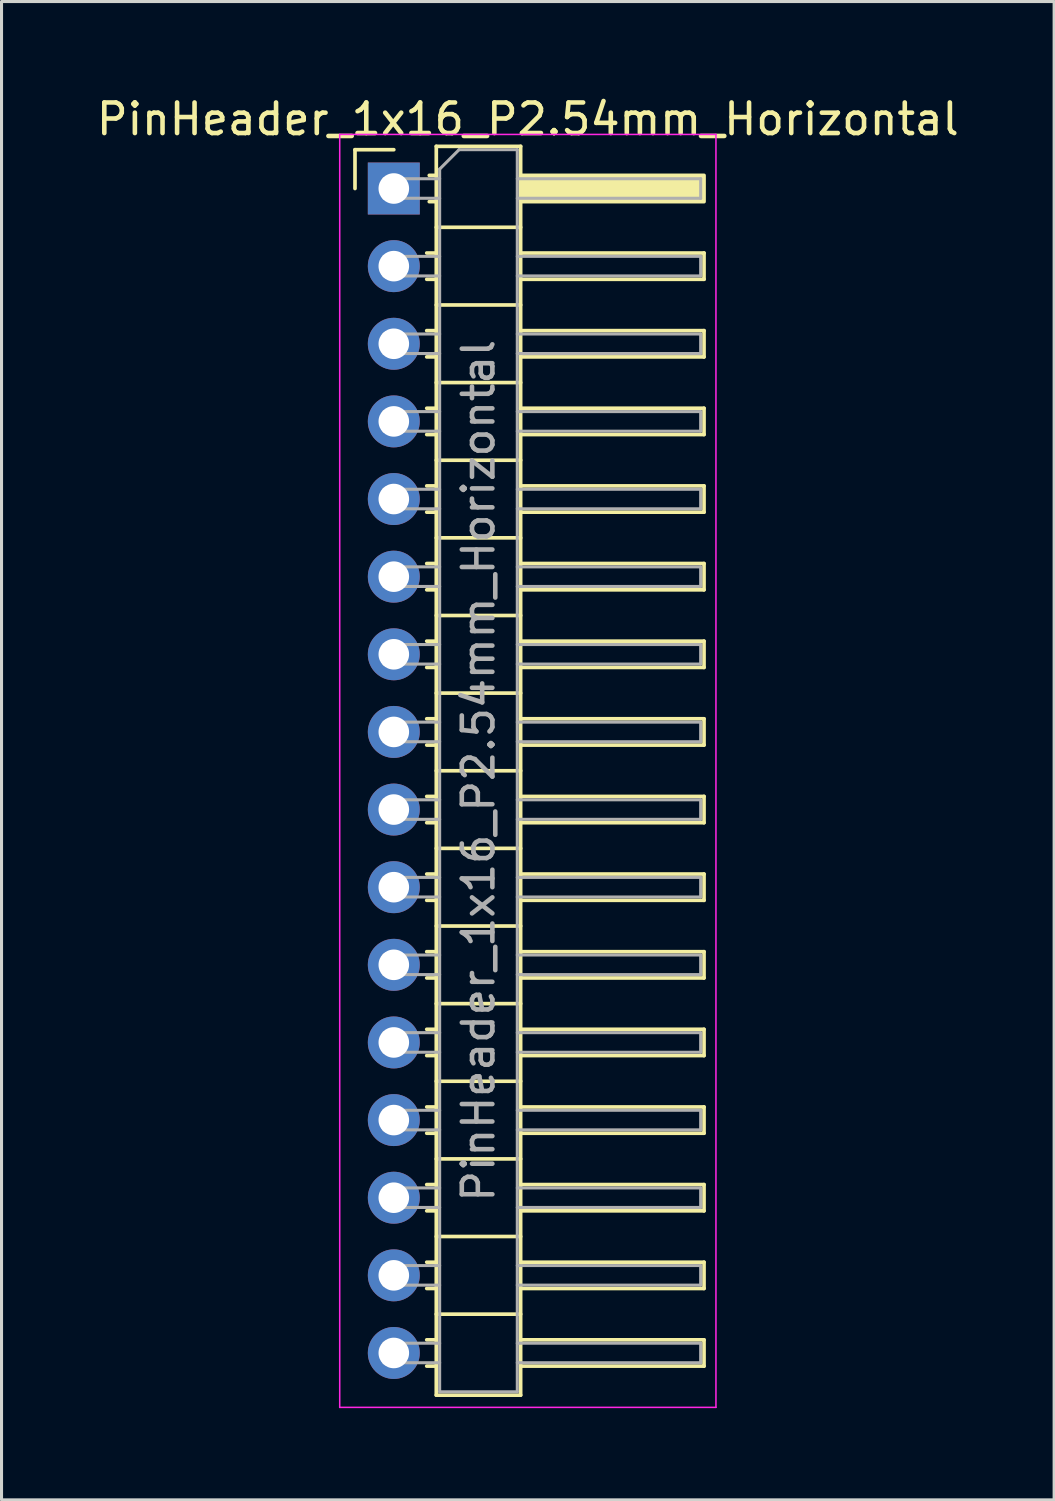
<source format=kicad_pcb>
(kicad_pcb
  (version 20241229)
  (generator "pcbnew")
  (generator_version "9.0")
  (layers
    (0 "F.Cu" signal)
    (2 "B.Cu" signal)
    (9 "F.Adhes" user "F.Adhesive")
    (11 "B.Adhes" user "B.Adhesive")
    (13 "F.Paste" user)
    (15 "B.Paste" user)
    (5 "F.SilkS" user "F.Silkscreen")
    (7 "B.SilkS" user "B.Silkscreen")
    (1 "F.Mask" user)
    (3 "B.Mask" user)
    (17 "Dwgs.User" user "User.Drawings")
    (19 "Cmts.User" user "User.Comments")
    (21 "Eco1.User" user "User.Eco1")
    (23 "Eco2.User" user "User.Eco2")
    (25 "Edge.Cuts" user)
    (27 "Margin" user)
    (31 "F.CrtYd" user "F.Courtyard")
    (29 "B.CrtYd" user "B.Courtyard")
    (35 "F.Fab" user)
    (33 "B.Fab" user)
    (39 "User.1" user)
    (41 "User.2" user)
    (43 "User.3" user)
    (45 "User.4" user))
  (footprint "PinHeader_1x16_P2.54mm_Horizontal"
    (layer "F.Cu")
    (at 9.835 3.118)
    (property "Reference" "PinHeader_1x16_P2.54mm_Horizontal" (at 4.385 -2.27 0) (layer "F.SilkS") (effects (font (size 1 1) (thickness 0.15))))
    (attr through_hole)
    (fp_line (start -1.27 -1.27) (end 0 -1.27) (stroke (width 0.12) (type solid)) (layer "F.SilkS"))
    (fp_line (start -1.27 0) (end -1.27 -1.27) (stroke (width 0.12) (type solid)) (layer "F.SilkS"))
    (fp_line (start 1.077 2.11) (end 1.39 2.11) (stroke (width 0.12) (type solid)) (layer "F.SilkS"))
    (fp_line (start 1.077 2.97) (end 1.39 2.97) (stroke (width 0.12) (type solid)) (layer "F.SilkS"))
    (fp_line (start 1.077 4.65) (end 1.39 4.65) (stroke (width 0.12) (type solid)) (layer "F.SilkS"))
    (fp_line (start 1.077 5.51) (end 1.39 5.51) (stroke (width 0.12) (type solid)) (layer "F.SilkS"))
    (fp_line (start 1.077 7.19) (end 1.39 7.19) (stroke (width 0.12) (type solid)) (layer "F.SilkS"))
    (fp_line (start 1.077 8.05) (end 1.39 8.05) (stroke (width 0.12) (type solid)) (layer "F.SilkS"))
    (fp_line (start 1.077 9.73) (end 1.39 9.73) (stroke (width 0.12) (type solid)) (layer "F.SilkS"))
    (fp_line (start 1.077 10.59) (end 1.39 10.59) (stroke (width 0.12) (type solid)) (layer "F.SilkS"))
    (fp_line (start 1.077 12.27) (end 1.39 12.27) (stroke (width 0.12) (type solid)) (layer "F.SilkS"))
    (fp_line (start 1.077 13.13) (end 1.39 13.13) (stroke (width 0.12) (type solid)) (layer "F.SilkS"))
    (fp_line (start 1.077 14.81) (end 1.39 14.81) (stroke (width 0.12) (type solid)) (layer "F.SilkS"))
    (fp_line (start 1.077 15.67) (end 1.39 15.67) (stroke (width 0.12) (type solid)) (layer "F.SilkS"))
    (fp_line (start 1.077 17.35) (end 1.39 17.35) (stroke (width 0.12) (type solid)) (layer "F.SilkS"))
    (fp_line (start 1.077 18.21) (end 1.39 18.21) (stroke (width 0.12) (type solid)) (layer "F.SilkS"))
    (fp_line (start 1.077 19.89) (end 1.39 19.89) (stroke (width 0.12) (type solid)) (layer "F.SilkS"))
    (fp_line (start 1.077 20.75) (end 1.39 20.75) (stroke (width 0.12) (type solid)) (layer "F.SilkS"))
    (fp_line (start 1.077 22.43) (end 1.39 22.43) (stroke (width 0.12) (type solid)) (layer "F.SilkS"))
    (fp_line (start 1.077 23.29) (end 1.39 23.29) (stroke (width 0.12) (type solid)) (layer "F.SilkS"))
    (fp_line (start 1.077 24.97) (end 1.39 24.97) (stroke (width 0.12) (type solid)) (layer "F.SilkS"))
    (fp_line (start 1.077 25.83) (end 1.39 25.83) (stroke (width 0.12) (type solid)) (layer "F.SilkS"))
    (fp_line (start 1.077 27.51) (end 1.39 27.51) (stroke (width 0.12) (type solid)) (layer "F.SilkS"))
    (fp_line (start 1.077 28.37) (end 1.39 28.37) (stroke (width 0.12) (type solid)) (layer "F.SilkS"))
    (fp_line (start 1.077 30.05) (end 1.39 30.05) (stroke (width 0.12) (type solid)) (layer "F.SilkS"))
    (fp_line (start 1.077 30.91) (end 1.39 30.91) (stroke (width 0.12) (type solid)) (layer "F.SilkS"))
    (fp_line (start 1.077 32.59) (end 1.39 32.59) (stroke (width 0.12) (type solid)) (layer "F.SilkS"))
    (fp_line (start 1.077 33.45) (end 1.39 33.45) (stroke (width 0.12) (type solid)) (layer "F.SilkS"))
    (fp_line (start 1.077 35.13) (end 1.39 35.13) (stroke (width 0.12) (type solid)) (layer "F.SilkS"))
    (fp_line (start 1.077 35.99) (end 1.39 35.99) (stroke (width 0.12) (type solid)) (layer "F.SilkS"))
    (fp_line (start 1.077 37.67) (end 1.39 37.67) (stroke (width 0.12) (type solid)) (layer "F.SilkS"))
    (fp_line (start 1.077 38.53) (end 1.39 38.53) (stroke (width 0.12) (type solid)) (layer "F.SilkS"))
    (fp_line (start 1.16 -0.43) (end 1.39 -0.43) (stroke (width 0.12) (type solid)) (layer "F.SilkS"))
    (fp_line (start 1.16 0.43) (end 1.39 0.43) (stroke (width 0.12) (type solid)) (layer "F.SilkS"))
    (fp_line (start 1.39 -1.38) (end 1.39 39.48) (stroke (width 0.12) (type solid)) (layer "F.SilkS"))
    (fp_line (start 1.39 1.27) (end 4.15 1.27) (stroke (width 0.12) (type solid)) (layer "F.SilkS"))
    (fp_line (start 1.39 3.81) (end 4.15 3.81) (stroke (width 0.12) (type solid)) (layer "F.SilkS"))
    (fp_line (start 1.39 6.35) (end 4.15 6.35) (stroke (width 0.12) (type solid)) (layer "F.SilkS"))
    (fp_line (start 1.39 8.89) (end 4.15 8.89) (stroke (width 0.12) (type solid)) (layer "F.SilkS"))
    (fp_line (start 1.39 11.43) (end 4.15 11.43) (stroke (width 0.12) (type solid)) (layer "F.SilkS"))
    (fp_line (start 1.39 13.97) (end 4.15 13.97) (stroke (width 0.12) (type solid)) (layer "F.SilkS"))
    (fp_line (start 1.39 16.51) (end 4.15 16.51) (stroke (width 0.12) (type solid)) (layer "F.SilkS"))
    (fp_line (start 1.39 19.05) (end 4.15 19.05) (stroke (width 0.12) (type solid)) (layer "F.SilkS"))
    (fp_line (start 1.39 21.59) (end 4.15 21.59) (stroke (width 0.12) (type solid)) (layer "F.SilkS"))
    (fp_line (start 1.39 24.13) (end 4.15 24.13) (stroke (width 0.12) (type solid)) (layer "F.SilkS"))
    (fp_line (start 1.39 26.67) (end 4.15 26.67) (stroke (width 0.12) (type solid)) (layer "F.SilkS"))
    (fp_line (start 1.39 29.21) (end 4.15 29.21) (stroke (width 0.12) (type solid)) (layer "F.SilkS"))
    (fp_line (start 1.39 31.75) (end 4.15 31.75) (stroke (width 0.12) (type solid)) (layer "F.SilkS"))
    (fp_line (start 1.39 34.29) (end 4.15 34.29) (stroke (width 0.12) (type solid)) (layer "F.SilkS"))
    (fp_line (start 1.39 36.83) (end 4.15 36.83) (stroke (width 0.12) (type solid)) (layer "F.SilkS"))
    (fp_line (start 1.39 39.48) (end 4.15 39.48) (stroke (width 0.12) (type solid)) (layer "F.SilkS"))
    (fp_line (start 4.15 -1.38) (end 1.39 -1.38) (stroke (width 0.12) (type solid)) (layer "F.SilkS"))
    (fp_line (start 4.15 2.11) (end 10.15 2.11) (stroke (width 0.12) (type solid)) (layer "F.SilkS"))
    (fp_line (start 4.15 4.65) (end 10.15 4.65) (stroke (width 0.12) (type solid)) (layer "F.SilkS"))
    (fp_line (start 4.15 7.19) (end 10.15 7.19) (stroke (width 0.12) (type solid)) (layer "F.SilkS"))
    (fp_line (start 4.15 9.73) (end 10.15 9.73) (stroke (width 0.12) (type solid)) (layer "F.SilkS"))
    (fp_line (start 4.15 12.27) (end 10.15 12.27) (stroke (width 0.12) (type solid)) (layer "F.SilkS"))
    (fp_line (start 4.15 14.81) (end 10.15 14.81) (stroke (width 0.12) (type solid)) (layer "F.SilkS"))
    (fp_line (start 4.15 17.35) (end 10.15 17.35) (stroke (width 0.12) (type solid)) (layer "F.SilkS"))
    (fp_line (start 4.15 19.89) (end 10.15 19.89) (stroke (width 0.12) (type solid)) (layer "F.SilkS"))
    (fp_line (start 4.15 22.43) (end 10.15 22.43) (stroke (width 0.12) (type solid)) (layer "F.SilkS"))
    (fp_line (start 4.15 24.97) (end 10.15 24.97) (stroke (width 0.12) (type solid)) (layer "F.SilkS"))
    (fp_line (start 4.15 27.51) (end 10.15 27.51) (stroke (width 0.12) (type solid)) (layer "F.SilkS"))
    (fp_line (start 4.15 30.05) (end 10.15 30.05) (stroke (width 0.12) (type solid)) (layer "F.SilkS"))
    (fp_line (start 4.15 32.59) (end 10.15 32.59) (stroke (width 0.12) (type solid)) (layer "F.SilkS"))
    (fp_line (start 4.15 35.13) (end 10.15 35.13) (stroke (width 0.12) (type solid)) (layer "F.SilkS"))
    (fp_line (start 4.15 37.67) (end 10.15 37.67) (stroke (width 0.12) (type solid)) (layer "F.SilkS"))
    (fp_line (start 4.15 39.48) (end 4.15 -1.38) (stroke (width 0.12) (type solid)) (layer "F.SilkS"))
    (fp_line (start 10.15 2.11) (end 10.15 2.97) (stroke (width 0.12) (type solid)) (layer "F.SilkS"))
    (fp_line (start 10.15 2.97) (end 4.15 2.97) (stroke (width 0.12) (type solid)) (layer "F.SilkS"))
    (fp_line (start 10.15 4.65) (end 10.15 5.51) (stroke (width 0.12) (type solid)) (layer "F.SilkS"))
    (fp_line (start 10.15 5.51) (end 4.15 5.51) (stroke (width 0.12) (type solid)) (layer "F.SilkS"))
    (fp_line (start 10.15 7.19) (end 10.15 8.05) (stroke (width 0.12) (type solid)) (layer "F.SilkS"))
    (fp_line (start 10.15 8.05) (end 4.15 8.05) (stroke (width 0.12) (type solid)) (layer "F.SilkS"))
    (fp_line (start 10.15 9.73) (end 10.15 10.59) (stroke (width 0.12) (type solid)) (layer "F.SilkS"))
    (fp_line (start 10.15 10.59) (end 4.15 10.59) (stroke (width 0.12) (type solid)) (layer "F.SilkS"))
    (fp_line (start 10.15 12.27) (end 10.15 13.13) (stroke (width 0.12) (type solid)) (layer "F.SilkS"))
    (fp_line (start 10.15 13.13) (end 4.15 13.13) (stroke (width 0.12) (type solid)) (layer "F.SilkS"))
    (fp_line (start 10.15 14.81) (end 10.15 15.67) (stroke (width 0.12) (type solid)) (layer "F.SilkS"))
    (fp_line (start 10.15 15.67) (end 4.15 15.67) (stroke (width 0.12) (type solid)) (layer "F.SilkS"))
    (fp_line (start 10.15 17.35) (end 10.15 18.21) (stroke (width 0.12) (type solid)) (layer "F.SilkS"))
    (fp_line (start 10.15 18.21) (end 4.15 18.21) (stroke (width 0.12) (type solid)) (layer "F.SilkS"))
    (fp_line (start 10.15 19.89) (end 10.15 20.75) (stroke (width 0.12) (type solid)) (layer "F.SilkS"))
    (fp_line (start 10.15 20.75) (end 4.15 20.75) (stroke (width 0.12) (type solid)) (layer "F.SilkS"))
    (fp_line (start 10.15 22.43) (end 10.15 23.29) (stroke (width 0.12) (type solid)) (layer "F.SilkS"))
    (fp_line (start 10.15 23.29) (end 4.15 23.29) (stroke (width 0.12) (type solid)) (layer "F.SilkS"))
    (fp_line (start 10.15 24.97) (end 10.15 25.83) (stroke (width 0.12) (type solid)) (layer "F.SilkS"))
    (fp_line (start 10.15 25.83) (end 4.15 25.83) (stroke (width 0.12) (type solid)) (layer "F.SilkS"))
    (fp_line (start 10.15 27.51) (end 10.15 28.37) (stroke (width 0.12) (type solid)) (layer "F.SilkS"))
    (fp_line (start 10.15 28.37) (end 4.15 28.37) (stroke (width 0.12) (type solid)) (layer "F.SilkS"))
    (fp_line (start 10.15 30.05) (end 10.15 30.91) (stroke (width 0.12) (type solid)) (layer "F.SilkS"))
    (fp_line (start 10.15 30.91) (end 4.15 30.91) (stroke (width 0.12) (type solid)) (layer "F.SilkS"))
    (fp_line (start 10.15 32.59) (end 10.15 33.45) (stroke (width 0.12) (type solid)) (layer "F.SilkS"))
    (fp_line (start 10.15 33.45) (end 4.15 33.45) (stroke (width 0.12) (type solid)) (layer "F.SilkS"))
    (fp_line (start 10.15 35.13) (end 10.15 35.99) (stroke (width 0.12) (type solid)) (layer "F.SilkS"))
    (fp_line (start 10.15 35.99) (end 4.15 35.99) (stroke (width 0.12) (type solid)) (layer "F.SilkS"))
    (fp_line (start 10.15 37.67) (end 10.15 38.53) (stroke (width 0.12) (type solid)) (layer "F.SilkS"))
    (fp_line (start 10.15 38.53) (end 4.15 38.53) (stroke (width 0.12) (type solid)) (layer "F.SilkS"))
    (fp_rect (start 4.15 -0.43) (end 10.15 0.43) (stroke (width 0.12) (type solid)) (fill yes) (layer "F.SilkS"))
    (fp_line (start -1.77 -1.77) (end -1.77 39.88) (stroke (width 0.05) (type solid)) (layer "F.CrtYd"))
    (fp_line (start -1.77 39.88) (end 10.54 39.88) (stroke (width 0.05) (type solid)) (layer "F.CrtYd"))
    (fp_line (start 10.54 -1.77) (end -1.77 -1.77) (stroke (width 0.05) (type solid)) (layer "F.CrtYd"))
    (fp_line (start 10.54 39.88) (end 10.54 -1.77) (stroke (width 0.05) (type solid)) (layer "F.CrtYd"))
    (fp_line (start -0.32 -0.32) (end -0.32 0.32) (stroke (width 0.1) (type solid)) (layer "F.Fab"))
    (fp_line (start -0.32 -0.32) (end 1.5 -0.32) (stroke (width 0.1) (type solid)) (layer "F.Fab"))
    (fp_line (start -0.32 0.32) (end 1.5 0.32) (stroke (width 0.1) (type solid)) (layer "F.Fab"))
    (fp_line (start -0.32 2.22) (end -0.32 2.86) (stroke (width 0.1) (type solid)) (layer "F.Fab"))
    (fp_line (start -0.32 2.22) (end 1.5 2.22) (stroke (width 0.1) (type solid)) (layer "F.Fab"))
    (fp_line (start -0.32 2.86) (end 1.5 2.86) (stroke (width 0.1) (type solid)) (layer "F.Fab"))
    (fp_line (start -0.32 4.76) (end -0.32 5.4) (stroke (width 0.1) (type solid)) (layer "F.Fab"))
    (fp_line (start -0.32 4.76) (end 1.5 4.76) (stroke (width 0.1) (type solid)) (layer "F.Fab"))
    (fp_line (start -0.32 5.4) (end 1.5 5.4) (stroke (width 0.1) (type solid)) (layer "F.Fab"))
    (fp_line (start -0.32 7.3) (end -0.32 7.94) (stroke (width 0.1) (type solid)) (layer "F.Fab"))
    (fp_line (start -0.32 7.3) (end 1.5 7.3) (stroke (width 0.1) (type solid)) (layer "F.Fab"))
    (fp_line (start -0.32 7.94) (end 1.5 7.94) (stroke (width 0.1) (type solid)) (layer "F.Fab"))
    (fp_line (start -0.32 9.84) (end -0.32 10.48) (stroke (width 0.1) (type solid)) (layer "F.Fab"))
    (fp_line (start -0.32 9.84) (end 1.5 9.84) (stroke (width 0.1) (type solid)) (layer "F.Fab"))
    (fp_line (start -0.32 10.48) (end 1.5 10.48) (stroke (width 0.1) (type solid)) (layer "F.Fab"))
    (fp_line (start -0.32 12.38) (end -0.32 13.02) (stroke (width 0.1) (type solid)) (layer "F.Fab"))
    (fp_line (start -0.32 12.38) (end 1.5 12.38) (stroke (width 0.1) (type solid)) (layer "F.Fab"))
    (fp_line (start -0.32 13.02) (end 1.5 13.02) (stroke (width 0.1) (type solid)) (layer "F.Fab"))
    (fp_line (start -0.32 14.92) (end -0.32 15.56) (stroke (width 0.1) (type solid)) (layer "F.Fab"))
    (fp_line (start -0.32 14.92) (end 1.5 14.92) (stroke (width 0.1) (type solid)) (layer "F.Fab"))
    (fp_line (start -0.32 15.56) (end 1.5 15.56) (stroke (width 0.1) (type solid)) (layer "F.Fab"))
    (fp_line (start -0.32 17.46) (end -0.32 18.1) (stroke (width 0.1) (type solid)) (layer "F.Fab"))
    (fp_line (start -0.32 17.46) (end 1.5 17.46) (stroke (width 0.1) (type solid)) (layer "F.Fab"))
    (fp_line (start -0.32 18.1) (end 1.5 18.1) (stroke (width 0.1) (type solid)) (layer "F.Fab"))
    (fp_line (start -0.32 20) (end -0.32 20.64) (stroke (width 0.1) (type solid)) (layer "F.Fab"))
    (fp_line (start -0.32 20) (end 1.5 20) (stroke (width 0.1) (type solid)) (layer "F.Fab"))
    (fp_line (start -0.32 20.64) (end 1.5 20.64) (stroke (width 0.1) (type solid)) (layer "F.Fab"))
    (fp_line (start -0.32 22.54) (end -0.32 23.18) (stroke (width 0.1) (type solid)) (layer "F.Fab"))
    (fp_line (start -0.32 22.54) (end 1.5 22.54) (stroke (width 0.1) (type solid)) (layer "F.Fab"))
    (fp_line (start -0.32 23.18) (end 1.5 23.18) (stroke (width 0.1) (type solid)) (layer "F.Fab"))
    (fp_line (start -0.32 25.08) (end -0.32 25.72) (stroke (width 0.1) (type solid)) (layer "F.Fab"))
    (fp_line (start -0.32 25.08) (end 1.5 25.08) (stroke (width 0.1) (type solid)) (layer "F.Fab"))
    (fp_line (start -0.32 25.72) (end 1.5 25.72) (stroke (width 0.1) (type solid)) (layer "F.Fab"))
    (fp_line (start -0.32 27.62) (end -0.32 28.26) (stroke (width 0.1) (type solid)) (layer "F.Fab"))
    (fp_line (start -0.32 27.62) (end 1.5 27.62) (stroke (width 0.1) (type solid)) (layer "F.Fab"))
    (fp_line (start -0.32 28.26) (end 1.5 28.26) (stroke (width 0.1) (type solid)) (layer "F.Fab"))
    (fp_line (start -0.32 30.16) (end -0.32 30.8) (stroke (width 0.1) (type solid)) (layer "F.Fab"))
    (fp_line (start -0.32 30.16) (end 1.5 30.16) (stroke (width 0.1) (type solid)) (layer "F.Fab"))
    (fp_line (start -0.32 30.8) (end 1.5 30.8) (stroke (width 0.1) (type solid)) (layer "F.Fab"))
    (fp_line (start -0.32 32.7) (end -0.32 33.34) (stroke (width 0.1) (type solid)) (layer "F.Fab"))
    (fp_line (start -0.32 32.7) (end 1.5 32.7) (stroke (width 0.1) (type solid)) (layer "F.Fab"))
    (fp_line (start -0.32 33.34) (end 1.5 33.34) (stroke (width 0.1) (type solid)) (layer "F.Fab"))
    (fp_line (start -0.32 35.24) (end -0.32 35.88) (stroke (width 0.1) (type solid)) (layer "F.Fab"))
    (fp_line (start -0.32 35.24) (end 1.5 35.24) (stroke (width 0.1) (type solid)) (layer "F.Fab"))
    (fp_line (start -0.32 35.88) (end 1.5 35.88) (stroke (width 0.1) (type solid)) (layer "F.Fab"))
    (fp_line (start -0.32 37.78) (end -0.32 38.42) (stroke (width 0.1) (type solid)) (layer "F.Fab"))
    (fp_line (start -0.32 37.78) (end 1.5 37.78) (stroke (width 0.1) (type solid)) (layer "F.Fab"))
    (fp_line (start -0.32 38.42) (end 1.5 38.42) (stroke (width 0.1) (type solid)) (layer "F.Fab"))
    (fp_line (start 1.5 -0.635) (end 2.135 -1.27) (stroke (width 0.1) (type solid)) (layer "F.Fab"))
    (fp_line (start 1.5 39.37) (end 1.5 -0.635) (stroke (width 0.1) (type solid)) (layer "F.Fab"))
    (fp_line (start 2.135 -1.27) (end 4.04 -1.27) (stroke (width 0.1) (type solid)) (layer "F.Fab"))
    (fp_line (start 4.04 -1.27) (end 4.04 39.37) (stroke (width 0.1) (type solid)) (layer "F.Fab"))
    (fp_line (start 4.04 -0.32) (end 10.04 -0.32) (stroke (width 0.1) (type solid)) (layer "F.Fab"))
    (fp_line (start 4.04 0.32) (end 10.04 0.32) (stroke (width 0.1) (type solid)) (layer "F.Fab"))
    (fp_line (start 4.04 2.22) (end 10.04 2.22) (stroke (width 0.1) (type solid)) (layer "F.Fab"))
    (fp_line (start 4.04 2.86) (end 10.04 2.86) (stroke (width 0.1) (type solid)) (layer "F.Fab"))
    (fp_line (start 4.04 4.76) (end 10.04 4.76) (stroke (width 0.1) (type solid)) (layer "F.Fab"))
    (fp_line (start 4.04 5.4) (end 10.04 5.4) (stroke (width 0.1) (type solid)) (layer "F.Fab"))
    (fp_line (start 4.04 7.3) (end 10.04 7.3) (stroke (width 0.1) (type solid)) (layer "F.Fab"))
    (fp_line (start 4.04 7.94) (end 10.04 7.94) (stroke (width 0.1) (type solid)) (layer "F.Fab"))
    (fp_line (start 4.04 9.84) (end 10.04 9.84) (stroke (width 0.1) (type solid)) (layer "F.Fab"))
    (fp_line (start 4.04 10.48) (end 10.04 10.48) (stroke (width 0.1) (type solid)) (layer "F.Fab"))
    (fp_line (start 4.04 12.38) (end 10.04 12.38) (stroke (width 0.1) (type solid)) (layer "F.Fab"))
    (fp_line (start 4.04 13.02) (end 10.04 13.02) (stroke (width 0.1) (type solid)) (layer "F.Fab"))
    (fp_line (start 4.04 14.92) (end 10.04 14.92) (stroke (width 0.1) (type solid)) (layer "F.Fab"))
    (fp_line (start 4.04 15.56) (end 10.04 15.56) (stroke (width 0.1) (type solid)) (layer "F.Fab"))
    (fp_line (start 4.04 17.46) (end 10.04 17.46) (stroke (width 0.1) (type solid)) (layer "F.Fab"))
    (fp_line (start 4.04 18.1) (end 10.04 18.1) (stroke (width 0.1) (type solid)) (layer "F.Fab"))
    (fp_line (start 4.04 20) (end 10.04 20) (stroke (width 0.1) (type solid)) (layer "F.Fab"))
    (fp_line (start 4.04 20.64) (end 10.04 20.64) (stroke (width 0.1) (type solid)) (layer "F.Fab"))
    (fp_line (start 4.04 22.54) (end 10.04 22.54) (stroke (width 0.1) (type solid)) (layer "F.Fab"))
    (fp_line (start 4.04 23.18) (end 10.04 23.18) (stroke (width 0.1) (type solid)) (layer "F.Fab"))
    (fp_line (start 4.04 25.08) (end 10.04 25.08) (stroke (width 0.1) (type solid)) (layer "F.Fab"))
    (fp_line (start 4.04 25.72) (end 10.04 25.72) (stroke (width 0.1) (type solid)) (layer "F.Fab"))
    (fp_line (start 4.04 27.62) (end 10.04 27.62) (stroke (width 0.1) (type solid)) (layer "F.Fab"))
    (fp_line (start 4.04 28.26) (end 10.04 28.26) (stroke (width 0.1) (type solid)) (layer "F.Fab"))
    (fp_line (start 4.04 30.16) (end 10.04 30.16) (stroke (width 0.1) (type solid)) (layer "F.Fab"))
    (fp_line (start 4.04 30.8) (end 10.04 30.8) (stroke (width 0.1) (type solid)) (layer "F.Fab"))
    (fp_line (start 4.04 32.7) (end 10.04 32.7) (stroke (width 0.1) (type solid)) (layer "F.Fab"))
    (fp_line (start 4.04 33.34) (end 10.04 33.34) (stroke (width 0.1) (type solid)) (layer "F.Fab"))
    (fp_line (start 4.04 35.24) (end 10.04 35.24) (stroke (width 0.1) (type solid)) (layer "F.Fab"))
    (fp_line (start 4.04 35.88) (end 10.04 35.88) (stroke (width 0.1) (type solid)) (layer "F.Fab"))
    (fp_line (start 4.04 37.78) (end 10.04 37.78) (stroke (width 0.1) (type solid)) (layer "F.Fab"))
    (fp_line (start 4.04 38.42) (end 10.04 38.42) (stroke (width 0.1) (type solid)) (layer "F.Fab"))
    (fp_line (start 4.04 39.37) (end 1.5 39.37) (stroke (width 0.1) (type solid)) (layer "F.Fab"))
    (fp_line (start 10.04 -0.32) (end 10.04 0.32) (stroke (width 0.1) (type solid)) (layer "F.Fab"))
    (fp_line (start 10.04 2.22) (end 10.04 2.86) (stroke (width 0.1) (type solid)) (layer "F.Fab"))
    (fp_line (start 10.04 4.76) (end 10.04 5.4) (stroke (width 0.1) (type solid)) (layer "F.Fab"))
    (fp_line (start 10.04 7.3) (end 10.04 7.94) (stroke (width 0.1) (type solid)) (layer "F.Fab"))
    (fp_line (start 10.04 9.84) (end 10.04 10.48) (stroke (width 0.1) (type solid)) (layer "F.Fab"))
    (fp_line (start 10.04 12.38) (end 10.04 13.02) (stroke (width 0.1) (type solid)) (layer "F.Fab"))
    (fp_line (start 10.04 14.92) (end 10.04 15.56) (stroke (width 0.1) (type solid)) (layer "F.Fab"))
    (fp_line (start 10.04 17.46) (end 10.04 18.1) (stroke (width 0.1) (type solid)) (layer "F.Fab"))
    (fp_line (start 10.04 20) (end 10.04 20.64) (stroke (width 0.1) (type solid)) (layer "F.Fab"))
    (fp_line (start 10.04 22.54) (end 10.04 23.18) (stroke (width 0.1) (type solid)) (layer "F.Fab"))
    (fp_line (start 10.04 25.08) (end 10.04 25.72) (stroke (width 0.1) (type solid)) (layer "F.Fab"))
    (fp_line (start 10.04 27.62) (end 10.04 28.26) (stroke (width 0.1) (type solid)) (layer "F.Fab"))
    (fp_line (start 10.04 30.16) (end 10.04 30.8) (stroke (width 0.1) (type solid)) (layer "F.Fab"))
    (fp_line (start 10.04 32.7) (end 10.04 33.34) (stroke (width 0.1) (type solid)) (layer "F.Fab"))
    (fp_line (start 10.04 35.24) (end 10.04 35.88) (stroke (width 0.1) (type solid)) (layer "F.Fab"))
    (fp_line (start 10.04 37.78) (end 10.04 38.42) (stroke (width 0.1) (type solid)) (layer "F.Fab"))
    (fp_text user "${REFERENCE}" (at 2.77 19.05 90) (layer "F.Fab") (effects (font (size 1 1) (thickness 0.15))))
    (pad "1" thru_hole rect (at 0 0) (size 1.7 1.7) (drill 1) (layers "*.Cu" "*.Mask"))
    (pad "2" thru_hole circle (at 0 2.54) (size 1.7 1.7) (drill 1) (layers "*.Cu" "*.Mask"))
    (pad "3" thru_hole circle (at 0 5.08) (size 1.7 1.7) (drill 1) (layers "*.Cu" "*.Mask"))
    (pad "4" thru_hole circle (at 0 7.62) (size 1.7 1.7) (drill 1) (layers "*.Cu" "*.Mask"))
    (pad "5" thru_hole circle (at 0 10.16) (size 1.7 1.7) (drill 1) (layers "*.Cu" "*.Mask"))
    (pad "6" thru_hole circle (at 0 12.7) (size 1.7 1.7) (drill 1) (layers "*.Cu" "*.Mask"))
    (pad "7" thru_hole circle (at 0 15.24) (size 1.7 1.7) (drill 1) (layers "*.Cu" "*.Mask"))
    (pad "8" thru_hole circle (at 0 17.78) (size 1.7 1.7) (drill 1) (layers "*.Cu" "*.Mask"))
    (pad "9" thru_hole circle (at 0 20.32) (size 1.7 1.7) (drill 1) (layers "*.Cu" "*.Mask"))
    (pad "10" thru_hole circle (at 0 22.86) (size 1.7 1.7) (drill 1) (layers "*.Cu" "*.Mask"))
    (pad "11" thru_hole circle (at 0 25.4) (size 1.7 1.7) (drill 1) (layers "*.Cu" "*.Mask"))
    (pad "12" thru_hole circle (at 0 27.94) (size 1.7 1.7) (drill 1) (layers "*.Cu" "*.Mask"))
    (pad "13" thru_hole circle (at 0 30.48) (size 1.7 1.7) (drill 1) (layers "*.Cu" "*.Mask"))
    (pad "14" thru_hole circle (at 0 33.02) (size 1.7 1.7) (drill 1) (layers "*.Cu" "*.Mask"))
    (pad "15" thru_hole circle (at 0 35.56) (size 1.7 1.7) (drill 1) (layers "*.Cu" "*.Mask"))
    (pad "16" thru_hole circle (at 0 38.1) (size 1.7 1.7) (drill 1) (layers "*.Cu" "*.Mask")))
  (gr_rect
    (start -3 -3)
    (end 31.44 46.023)
    (stroke (width 0.1) (type default))
    (fill no)
    (layer "Edge.Cuts")))
</source>
